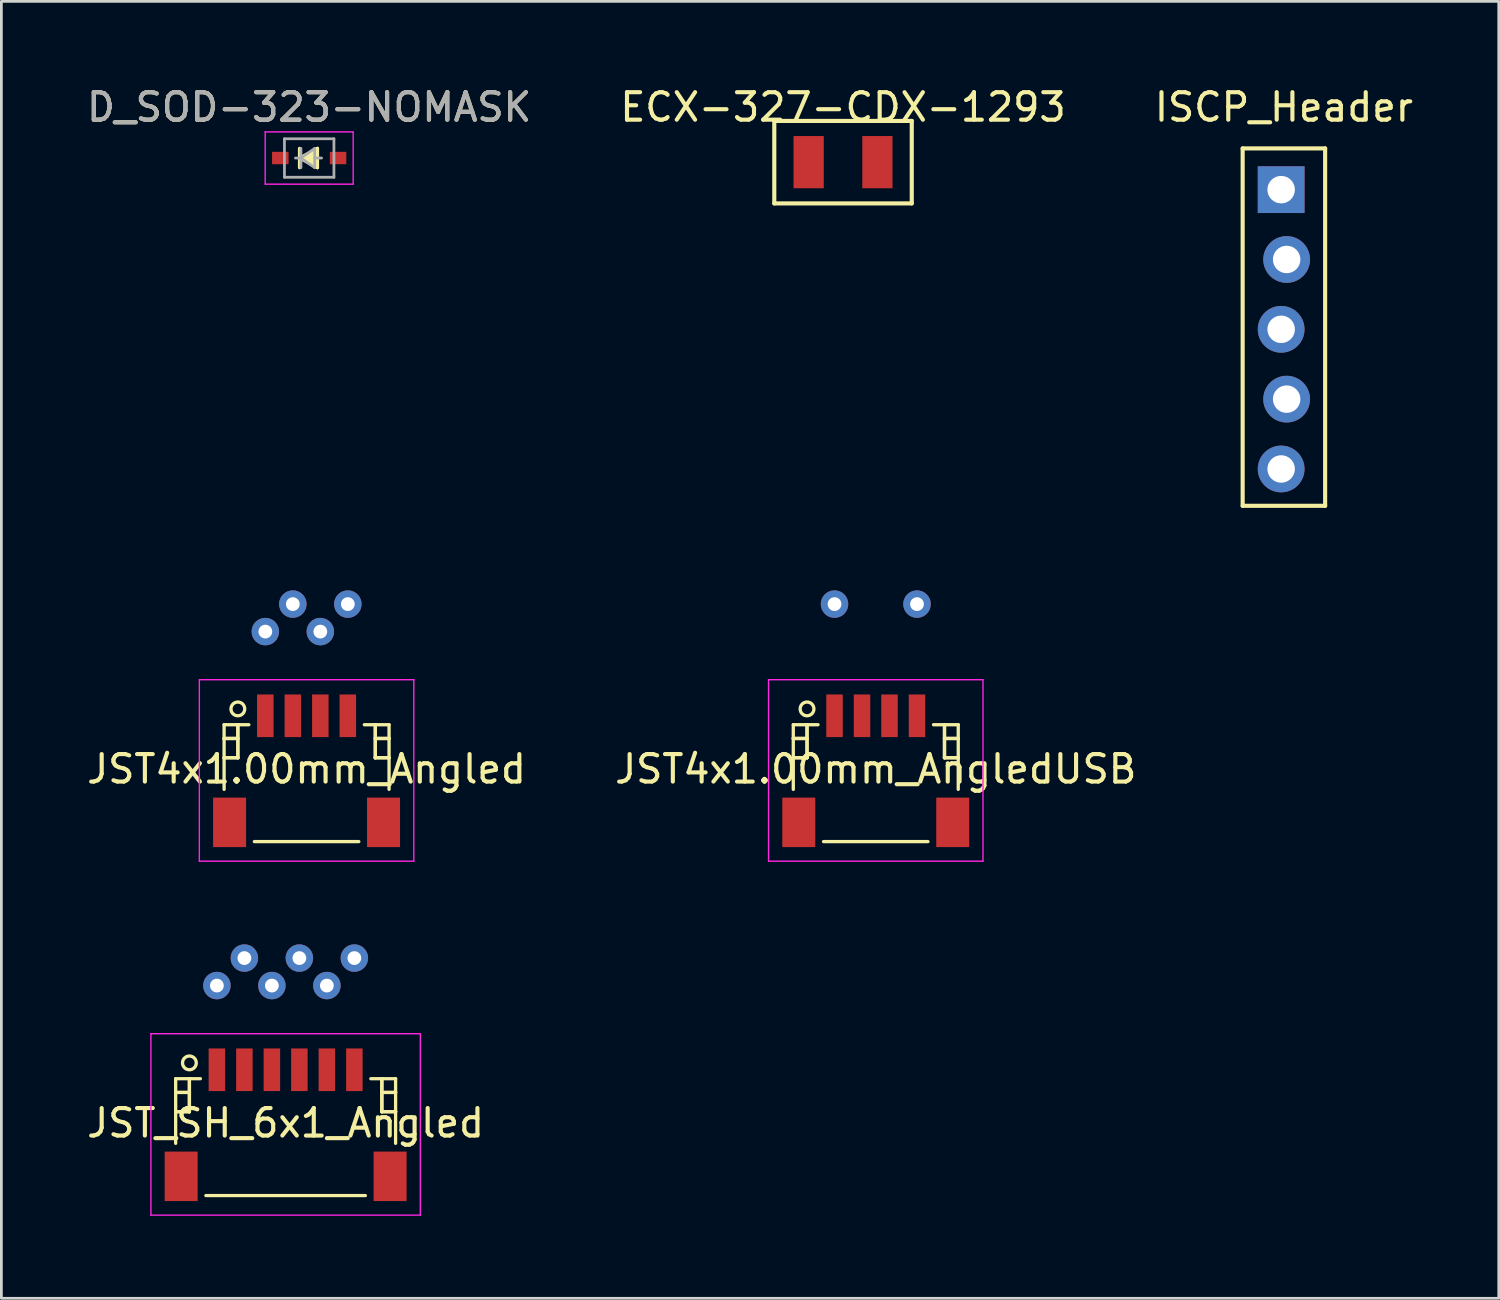
<source format=kicad_pcb>
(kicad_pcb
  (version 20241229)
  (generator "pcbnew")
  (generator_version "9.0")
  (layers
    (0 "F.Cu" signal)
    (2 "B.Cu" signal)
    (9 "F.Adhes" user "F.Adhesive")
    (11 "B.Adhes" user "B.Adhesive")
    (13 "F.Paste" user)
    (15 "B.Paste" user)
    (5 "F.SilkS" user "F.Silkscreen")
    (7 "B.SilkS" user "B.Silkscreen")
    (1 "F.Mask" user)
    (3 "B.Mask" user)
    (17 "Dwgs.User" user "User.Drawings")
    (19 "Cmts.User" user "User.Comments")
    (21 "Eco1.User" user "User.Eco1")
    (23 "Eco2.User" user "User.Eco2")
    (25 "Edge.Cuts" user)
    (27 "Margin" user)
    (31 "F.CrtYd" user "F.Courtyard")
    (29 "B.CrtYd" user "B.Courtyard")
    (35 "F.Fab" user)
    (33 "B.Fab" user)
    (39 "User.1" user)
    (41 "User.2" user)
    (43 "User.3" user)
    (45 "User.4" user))
  (footprint "ISCP_Header"
    (layer "F.Cu")
    (at 43.649 3.848)
    (property "Reference" "ISCP_Header" (at 0 -3 0) (layer "F.SilkS") (effects (font (size 1 1) (thickness 0.15))))
    (attr through_hole)
    (fp_line (start -1.5 -1.5) (end -1.5 11.5) (stroke (width 0.15) (type solid)) (layer "F.SilkS"))
    (fp_line (start -1.5 11.5) (end 1.5 11.5) (stroke (width 0.15) (type solid)) (layer "F.SilkS"))
    (fp_line (start 1.5 -1.5) (end -1.5 -1.5) (stroke (width 0.15) (type solid)) (layer "F.SilkS"))
    (fp_line (start 1.5 11.5) (end 1.5 -1.5) (stroke (width 0.15) (type solid)) (layer "F.SilkS"))
    (pad "1" thru_hole rect (at -0.1 0) (size 1.7 1.7) (drill 1) (layers "*.Cu" "*.Mask"))
    (pad "2" thru_hole circle (at 0.1 2.54) (size 1.7 1.7) (drill 1) (layers "*.Cu" "*.Mask"))
    (pad "3" thru_hole circle (at -0.1 5.08) (size 1.7 1.7) (drill 1) (layers "*.Cu" "*.Mask"))
    (pad "4" thru_hole circle (at 0.1 7.62) (size 1.7 1.7) (drill 1) (layers "*.Cu" "*.Mask"))
    (pad "5" thru_hole circle (at -0.1 10.16) (size 1.7 1.7) (drill 1) (layers "*.Cu" "*.Mask")))
  (footprint "JST4x1.00mm_Angled"
    (layer "F.Cu")
    (at 8.101 24.923)
    (property "Reference" "JST4x1.00mm_Angled" (at 0 0 0) (layer "F.SilkS") (effects (font (size 1 1) (thickness 0.15))))
    (attr smd)
    (fp_line (start -3 -1.613) (end -2.1 -1.613) (stroke (width 0.12) (type solid)) (layer "F.SilkS"))
    (fp_line (start -3 -1.113) (end -3 -1.113) (stroke (width 0.12) (type solid)) (layer "F.SilkS"))
    (fp_line (start -3 -1.113) (end -2.5 -1.113) (stroke (width 0.12) (type solid)) (layer "F.SilkS"))
    (fp_line (start -3 -0.412) (end -3 -0.412) (stroke (width 0.12) (type solid)) (layer "F.SilkS"))
    (fp_line (start -3 -0.412) (end -2.5 -0.412) (stroke (width 0.12) (type solid)) (layer "F.SilkS"))
    (fp_line (start -3 0.738) (end -3 -1.613) (stroke (width 0.12) (type solid)) (layer "F.SilkS"))
    (fp_line (start -2.5 -1.613) (end -2.5 -1.613) (stroke (width 0.12) (type solid)) (layer "F.SilkS"))
    (fp_line (start -2.5 -1.613) (end -2.5 -0.412) (stroke (width 0.12) (type solid)) (layer "F.SilkS"))
    (fp_line (start -2.5 -1.113) (end -3 -1.113) (stroke (width 0.12) (type solid)) (layer "F.SilkS"))
    (fp_line (start -2.5 -1.113) (end -2.5 -1.113) (stroke (width 0.12) (type solid)) (layer "F.SilkS"))
    (fp_line (start -2.5 -0.412) (end -3 -0.412) (stroke (width 0.12) (type solid)) (layer "F.SilkS"))
    (fp_line (start -2.5 -0.412) (end -2.5 -1.613) (stroke (width 0.12) (type solid)) (layer "F.SilkS"))
    (fp_line (start -2.5 -0.412) (end -2.5 -0.412) (stroke (width 0.12) (type solid)) (layer "F.SilkS"))
    (fp_line (start -2.5 -0.412) (end -2.5 -0.412) (stroke (width 0.12) (type solid)) (layer "F.SilkS"))
    (fp_line (start -1.9 2.638) (end 1.9 2.638) (stroke (width 0.12) (type solid)) (layer "F.SilkS"))
    (fp_line (start 2.5 -1.613) (end 2.5 -1.613) (stroke (width 0.12) (type solid)) (layer "F.SilkS"))
    (fp_line (start 2.5 -1.613) (end 2.5 -0.412) (stroke (width 0.12) (type solid)) (layer "F.SilkS"))
    (fp_line (start 2.5 -1.113) (end 2.5 -1.113) (stroke (width 0.12) (type solid)) (layer "F.SilkS"))
    (fp_line (start 2.5 -1.113) (end 3 -1.113) (stroke (width 0.12) (type solid)) (layer "F.SilkS"))
    (fp_line (start 2.5 -0.412) (end 2.5 -1.613) (stroke (width 0.12) (type solid)) (layer "F.SilkS"))
    (fp_line (start 2.5 -0.412) (end 2.5 -0.412) (stroke (width 0.12) (type solid)) (layer "F.SilkS"))
    (fp_line (start 2.5 -0.412) (end 2.5 -0.412) (stroke (width 0.12) (type solid)) (layer "F.SilkS"))
    (fp_line (start 2.5 -0.412) (end 3 -0.412) (stroke (width 0.12) (type solid)) (layer "F.SilkS"))
    (fp_line (start 3 -1.613) (end 2.1 -1.613) (stroke (width 0.12) (type solid)) (layer "F.SilkS"))
    (fp_line (start 3 -1.113) (end 2.5 -1.113) (stroke (width 0.12) (type solid)) (layer "F.SilkS"))
    (fp_line (start 3 -1.113) (end 3 -1.113) (stroke (width 0.12) (type solid)) (layer "F.SilkS"))
    (fp_line (start 3 -0.412) (end 2.5 -0.412) (stroke (width 0.12) (type solid)) (layer "F.SilkS"))
    (fp_line (start 3 -0.412) (end 3 -0.412) (stroke (width 0.12) (type solid)) (layer "F.SilkS"))
    (fp_line (start 3 0.738) (end 3 -1.613) (stroke (width 0.12) (type solid)) (layer "F.SilkS"))
    (fp_circle (center -2.5 -2.188) (end -2.25 -2.188) (stroke (width 0.12) (type solid)) (fill no) (layer "F.SilkS"))
    (fp_line (start -3.9 -3.25) (end 3.9 -3.25) (stroke (width 0.05) (type solid)) (layer "F.CrtYd"))
    (fp_line (start -3.9 3.35) (end -3.9 -3.25) (stroke (width 0.05) (type solid)) (layer "F.CrtYd"))
    (fp_line (start 3.9 -3.25) (end 3.9 3.35) (stroke (width 0.05) (type solid)) (layer "F.CrtYd"))
    (fp_line (start 3.9 3.35) (end -3.9 3.35) (stroke (width 0.05) (type solid)) (layer "F.CrtYd"))
    (pad "" smd rect (at -2.8 1.938) (size 1.2 1.8) (layers "F.Cu" "F.Mask" "F.Paste"))
    (pad "" smd rect (at 2.8 1.938) (size 1.2 1.8) (layers "F.Cu" "F.Mask" "F.Paste"))
    (pad "1" thru_hole circle (at -1.5 -5) (size 1 1) (drill 0.5) (layers "*.Cu" "*.Mask"))
    (pad "1" smd rect (at -1.5 -1.938) (size 0.6 1.55) (layers "F.Cu" "F.Mask" "F.Paste"))
    (pad "2" thru_hole circle (at -0.5 -6) (size 1 1) (drill 0.5) (layers "*.Cu" "*.Mask"))
    (pad "2" smd rect (at -0.5 -1.938) (size 0.6 1.55) (layers "F.Cu" "F.Mask" "F.Paste"))
    (pad "3" thru_hole circle (at 0.5 -5) (size 1 1) (drill 0.5) (layers "*.Cu" "*.Mask"))
    (pad "3" smd rect (at 0.5 -1.938) (size 0.6 1.55) (layers "F.Cu" "F.Mask" "F.Paste"))
    (pad "4" thru_hole circle (at 1.5 -6) (size 1 1) (drill 0.5) (layers "*.Cu" "*.Mask"))
    (pad "4" smd rect (at 1.5 -1.938) (size 0.6 1.55) (layers "F.Cu" "F.Mask" "F.Paste")))
  (footprint "ECX-327-CDX-1293"
    (layer "F.Cu")
    (at 27.613 2.848)
    (property "Reference" "ECX-327-CDX-1293" (at 0 -2 0) (layer "F.SilkS") (effects (font (size 1 1) (thickness 0.15))))
    (attr through_hole)
    (fp_line (start -2.5 -1.5) (end 2.5 -1.5) (stroke (width 0.15) (type solid)) (layer "F.SilkS"))
    (fp_line (start -2.5 1.5) (end -2.5 -1.5) (stroke (width 0.15) (type solid)) (layer "F.SilkS"))
    (fp_line (start 2.5 -1.5) (end 2.5 1.5) (stroke (width 0.15) (type solid)) (layer "F.SilkS"))
    (fp_line (start 2.5 1.5) (end -2.5 1.5) (stroke (width 0.15) (type solid)) (layer "F.SilkS"))
    (pad "1" smd rect (at -1.25 0) (size 1.1 1.9) (layers "F.Cu" "F.Mask" "F.Paste"))
    (pad "2" smd rect (at 1.25 0) (size 1.1 1.9) (layers "F.Cu" "F.Mask" "F.Paste")))
  (footprint "JST_SH_6x1_Angled"
    (layer "F.Cu")
    (at 7.339 37.798)
    (property "Reference" "JST_SH_6x1_Angled" (at 0 0 0) (layer "F.SilkS") (effects (font (size 1 1) (thickness 0.15))))
    (attr smd)
    (fp_line (start -4 -1.613) (end -3.1 -1.613) (stroke (width 0.12) (type solid)) (layer "F.SilkS"))
    (fp_line (start -4 -1.113) (end -4 -1.113) (stroke (width 0.12) (type solid)) (layer "F.SilkS"))
    (fp_line (start -4 -1.113) (end -3.5 -1.113) (stroke (width 0.12) (type solid)) (layer "F.SilkS"))
    (fp_line (start -4 -0.412) (end -4 -0.412) (stroke (width 0.12) (type solid)) (layer "F.SilkS"))
    (fp_line (start -4 -0.412) (end -3.5 -0.412) (stroke (width 0.12) (type solid)) (layer "F.SilkS"))
    (fp_line (start -4 0.738) (end -4 -1.613) (stroke (width 0.12) (type solid)) (layer "F.SilkS"))
    (fp_line (start -3.5 -1.613) (end -3.5 -1.613) (stroke (width 0.12) (type solid)) (layer "F.SilkS"))
    (fp_line (start -3.5 -1.613) (end -3.5 -0.412) (stroke (width 0.12) (type solid)) (layer "F.SilkS"))
    (fp_line (start -3.5 -1.113) (end -4 -1.113) (stroke (width 0.12) (type solid)) (layer "F.SilkS"))
    (fp_line (start -3.5 -1.113) (end -3.5 -1.113) (stroke (width 0.12) (type solid)) (layer "F.SilkS"))
    (fp_line (start -3.5 -0.412) (end -4 -0.412) (stroke (width 0.12) (type solid)) (layer "F.SilkS"))
    (fp_line (start -3.5 -0.412) (end -3.5 -1.613) (stroke (width 0.12) (type solid)) (layer "F.SilkS"))
    (fp_line (start -3.5 -0.412) (end -3.5 -0.412) (stroke (width 0.12) (type solid)) (layer "F.SilkS"))
    (fp_line (start -3.5 -0.412) (end -3.5 -0.412) (stroke (width 0.12) (type solid)) (layer "F.SilkS"))
    (fp_line (start -2.9 2.638) (end 2.9 2.638) (stroke (width 0.12) (type solid)) (layer "F.SilkS"))
    (fp_line (start 3.5 -1.613) (end 3.5 -1.613) (stroke (width 0.12) (type solid)) (layer "F.SilkS"))
    (fp_line (start 3.5 -1.613) (end 3.5 -0.412) (stroke (width 0.12) (type solid)) (layer "F.SilkS"))
    (fp_line (start 3.5 -1.113) (end 3.5 -1.113) (stroke (width 0.12) (type solid)) (layer "F.SilkS"))
    (fp_line (start 3.5 -1.113) (end 4 -1.113) (stroke (width 0.12) (type solid)) (layer "F.SilkS"))
    (fp_line (start 3.5 -0.412) (end 3.5 -1.613) (stroke (width 0.12) (type solid)) (layer "F.SilkS"))
    (fp_line (start 3.5 -0.412) (end 3.5 -0.412) (stroke (width 0.12) (type solid)) (layer "F.SilkS"))
    (fp_line (start 3.5 -0.412) (end 3.5 -0.412) (stroke (width 0.12) (type solid)) (layer "F.SilkS"))
    (fp_line (start 3.5 -0.412) (end 4 -0.412) (stroke (width 0.12) (type solid)) (layer "F.SilkS"))
    (fp_line (start 4 -1.613) (end 3.1 -1.613) (stroke (width 0.12) (type solid)) (layer "F.SilkS"))
    (fp_line (start 4 -1.113) (end 3.5 -1.113) (stroke (width 0.12) (type solid)) (layer "F.SilkS"))
    (fp_line (start 4 -1.113) (end 4 -1.113) (stroke (width 0.12) (type solid)) (layer "F.SilkS"))
    (fp_line (start 4 -0.412) (end 3.5 -0.412) (stroke (width 0.12) (type solid)) (layer "F.SilkS"))
    (fp_line (start 4 -0.412) (end 4 -0.412) (stroke (width 0.12) (type solid)) (layer "F.SilkS"))
    (fp_line (start 4 0.738) (end 4 -1.613) (stroke (width 0.12) (type solid)) (layer "F.SilkS"))
    (fp_circle (center -3.5 -2.188) (end -3.25 -2.188) (stroke (width 0.12) (type solid)) (fill no) (layer "F.SilkS"))
    (fp_line (start -4.9 -3.25) (end 4.9 -3.25) (stroke (width 0.05) (type solid)) (layer "F.CrtYd"))
    (fp_line (start -4.9 3.35) (end -4.9 -3.25) (stroke (width 0.05) (type solid)) (layer "F.CrtYd"))
    (fp_line (start 4.9 -3.25) (end 4.9 3.35) (stroke (width 0.05) (type solid)) (layer "F.CrtYd"))
    (fp_line (start 4.9 3.35) (end -4.9 3.35) (stroke (width 0.05) (type solid)) (layer "F.CrtYd"))
    (pad "" smd rect (at -3.8 1.938) (size 1.2 1.8) (layers "F.Cu" "F.Mask" "F.Paste"))
    (pad "" smd rect (at 3.8 1.938) (size 1.2 1.8) (layers "F.Cu" "F.Mask" "F.Paste"))
    (pad "1" thru_hole circle (at -2.5 -5) (size 1 1) (drill 0.5) (layers "*.Cu" "*.Mask"))
    (pad "1" smd rect (at -2.5 -1.938) (size 0.6 1.55) (layers "F.Cu" "F.Mask" "F.Paste"))
    (pad "2" thru_hole circle (at -1.5 -6) (size 1 1) (drill 0.5) (layers "*.Cu" "*.Mask"))
    (pad "2" smd rect (at -1.5 -1.938) (size 0.6 1.55) (layers "F.Cu" "F.Mask" "F.Paste"))
    (pad "3" thru_hole circle (at -0.5 -5) (size 1 1) (drill 0.5) (layers "*.Cu" "*.Mask"))
    (pad "3" smd rect (at -0.5 -1.938) (size 0.6 1.55) (layers "F.Cu" "F.Mask" "F.Paste"))
    (pad "4" thru_hole circle (at 0.5 -6) (size 1 1) (drill 0.5) (layers "*.Cu" "*.Mask"))
    (pad "4" smd rect (at 0.5 -1.938) (size 0.6 1.55) (layers "F.Cu" "F.Mask" "F.Paste"))
    (pad "5" thru_hole circle (at 1.5 -5) (size 1 1) (drill 0.5) (layers "*.Cu" "*.Mask"))
    (pad "5" smd rect (at 1.5 -1.938) (size 0.6 1.55) (layers "F.Cu" "F.Mask" "F.Paste"))
    (pad "6" thru_hole circle (at 2.5 -6) (size 1 1) (drill 0.5) (layers "*.Cu" "*.Mask"))
    (pad "6" smd rect (at 2.5 -1.938) (size 0.6 1.55) (layers "F.Cu" "F.Mask" "F.Paste")))
  (footprint "D_SOD-323-NOMASK"
    (layer "F.Cu")
    (at 8.196 2.698)
    (property "Reference" "D_SOD-323-NOMASK" (at 0 -1.85 0) (layer "F.SilkS") (effects (font (size 1 1) (thickness 0.15))))
    (attr smd)
    (fp_line (start -0.35 -0.35) (end -0.35 0.35) (stroke (width 0.12) (type solid)) (layer "F.SilkS"))
    (fp_line (start -0.35 0) (end 0.3 -0.35) (stroke (width 0.12) (type solid)) (layer "F.SilkS"))
    (fp_line (start -0.2 0) (end 0.25 -0.25) (stroke (width 0.12) (type solid)) (layer "F.SilkS"))
    (fp_line (start -0.1 0.05) (end 0.2 -0.15) (stroke (width 0.12) (type solid)) (layer "F.SilkS"))
    (fp_line (start 0.05 0.05) (end 0.1 0) (stroke (width 0.12) (type solid)) (layer "F.SilkS"))
    (fp_line (start 0.2 -0.15) (end 0.2 0.1) (stroke (width 0.12) (type solid)) (layer "F.SilkS"))
    (fp_line (start 0.2 0.1) (end 0.05 0.05) (stroke (width 0.12) (type solid)) (layer "F.SilkS"))
    (fp_line (start 0.25 -0.25) (end 0.25 0.25) (stroke (width 0.12) (type solid)) (layer "F.SilkS"))
    (fp_line (start 0.25 0.25) (end -0.1 0.05) (stroke (width 0.12) (type solid)) (layer "F.SilkS"))
    (fp_line (start 0.3 -0.35) (end 0.3 0.35) (stroke (width 0.12) (type solid)) (layer "F.SilkS"))
    (fp_line (start 0.3 0.35) (end -0.35 0) (stroke (width 0.12) (type solid)) (layer "F.SilkS"))
    (fp_line (start -1.6 -0.95) (end -1.6 0.95) (stroke (width 0.05) (type solid)) (layer "F.CrtYd"))
    (fp_line (start -1.6 -0.95) (end 1.6 -0.95) (stroke (width 0.05) (type solid)) (layer "F.CrtYd"))
    (fp_line (start -1.6 0.95) (end 1.6 0.95) (stroke (width 0.05) (type solid)) (layer "F.CrtYd"))
    (fp_line (start 1.6 -0.95) (end 1.6 0.95) (stroke (width 0.05) (type solid)) (layer "F.CrtYd"))
    (fp_line (start -0.9 -0.7) (end 0.9 -0.7) (stroke (width 0.1) (type solid)) (layer "F.Fab"))
    (fp_line (start -0.9 0.7) (end -0.9 -0.7) (stroke (width 0.1) (type solid)) (layer "F.Fab"))
    (fp_line (start -0.3 -0.35) (end -0.3 0.35) (stroke (width 0.1) (type solid)) (layer "F.Fab"))
    (fp_line (start -0.3 0) (end -0.5 0) (stroke (width 0.1) (type solid)) (layer "F.Fab"))
    (fp_line (start -0.3 0) (end 0.2 -0.35) (stroke (width 0.1) (type solid)) (layer "F.Fab"))
    (fp_line (start 0.2 -0.35) (end 0.2 0.35) (stroke (width 0.1) (type solid)) (layer "F.Fab"))
    (fp_line (start 0.2 0) (end 0.45 0) (stroke (width 0.1) (type solid)) (layer "F.Fab"))
    (fp_line (start 0.2 0.35) (end -0.3 0) (stroke (width 0.1) (type solid)) (layer "F.Fab"))
    (fp_line (start 0.9 -0.7) (end 0.9 0.7) (stroke (width 0.1) (type solid)) (layer "F.Fab"))
    (fp_line (start 0.9 0.7) (end -0.9 0.7) (stroke (width 0.1) (type solid)) (layer "F.Fab"))
    (fp_text user "${REFERENCE}" (at 0 -1.85 0) (layer "F.Fab") (effects (font (size 1 1) (thickness 0.15))))
    (pad "1" smd rect (at -1.05 0) (size 0.6 0.45) (layers "F.Cu" "F.Mask" "F.Paste"))
    (pad "2" smd rect (at 1.05 0) (size 0.6 0.45) (layers "F.Cu" "F.Mask" "F.Paste")))
  (footprint "JST4x1.00mm_AngledUSB"
    (layer "F.Cu")
    (at 28.804 24.923)
    (property "Reference" "JST4x1.00mm_AngledUSB" (at 0 0 0) (layer "F.SilkS") (effects (font (size 1 1) (thickness 0.15))))
    (attr smd)
    (fp_line (start -3 -1.613) (end -2.1 -1.613) (stroke (width 0.12) (type solid)) (layer "F.SilkS"))
    (fp_line (start -3 -1.113) (end -3 -1.113) (stroke (width 0.12) (type solid)) (layer "F.SilkS"))
    (fp_line (start -3 -1.113) (end -2.5 -1.113) (stroke (width 0.12) (type solid)) (layer "F.SilkS"))
    (fp_line (start -3 -0.412) (end -3 -0.412) (stroke (width 0.12) (type solid)) (layer "F.SilkS"))
    (fp_line (start -3 -0.412) (end -2.5 -0.412) (stroke (width 0.12) (type solid)) (layer "F.SilkS"))
    (fp_line (start -3 0.738) (end -3 -1.613) (stroke (width 0.12) (type solid)) (layer "F.SilkS"))
    (fp_line (start -2.5 -1.613) (end -2.5 -1.613) (stroke (width 0.12) (type solid)) (layer "F.SilkS"))
    (fp_line (start -2.5 -1.613) (end -2.5 -0.412) (stroke (width 0.12) (type solid)) (layer "F.SilkS"))
    (fp_line (start -2.5 -1.113) (end -3 -1.113) (stroke (width 0.12) (type solid)) (layer "F.SilkS"))
    (fp_line (start -2.5 -1.113) (end -2.5 -1.113) (stroke (width 0.12) (type solid)) (layer "F.SilkS"))
    (fp_line (start -2.5 -0.412) (end -3 -0.412) (stroke (width 0.12) (type solid)) (layer "F.SilkS"))
    (fp_line (start -2.5 -0.412) (end -2.5 -1.613) (stroke (width 0.12) (type solid)) (layer "F.SilkS"))
    (fp_line (start -2.5 -0.412) (end -2.5 -0.412) (stroke (width 0.12) (type solid)) (layer "F.SilkS"))
    (fp_line (start -2.5 -0.412) (end -2.5 -0.412) (stroke (width 0.12) (type solid)) (layer "F.SilkS"))
    (fp_line (start -1.9 2.638) (end 1.9 2.638) (stroke (width 0.12) (type solid)) (layer "F.SilkS"))
    (fp_line (start 2.5 -1.613) (end 2.5 -1.613) (stroke (width 0.12) (type solid)) (layer "F.SilkS"))
    (fp_line (start 2.5 -1.613) (end 2.5 -0.412) (stroke (width 0.12) (type solid)) (layer "F.SilkS"))
    (fp_line (start 2.5 -1.113) (end 2.5 -1.113) (stroke (width 0.12) (type solid)) (layer "F.SilkS"))
    (fp_line (start 2.5 -1.113) (end 3 -1.113) (stroke (width 0.12) (type solid)) (layer "F.SilkS"))
    (fp_line (start 2.5 -0.412) (end 2.5 -1.613) (stroke (width 0.12) (type solid)) (layer "F.SilkS"))
    (fp_line (start 2.5 -0.412) (end 2.5 -0.412) (stroke (width 0.12) (type solid)) (layer "F.SilkS"))
    (fp_line (start 2.5 -0.412) (end 2.5 -0.412) (stroke (width 0.12) (type solid)) (layer "F.SilkS"))
    (fp_line (start 2.5 -0.412) (end 3 -0.412) (stroke (width 0.12) (type solid)) (layer "F.SilkS"))
    (fp_line (start 3 -1.613) (end 2.1 -1.613) (stroke (width 0.12) (type solid)) (layer "F.SilkS"))
    (fp_line (start 3 -1.113) (end 2.5 -1.113) (stroke (width 0.12) (type solid)) (layer "F.SilkS"))
    (fp_line (start 3 -1.113) (end 3 -1.113) (stroke (width 0.12) (type solid)) (layer "F.SilkS"))
    (fp_line (start 3 -0.412) (end 2.5 -0.412) (stroke (width 0.12) (type solid)) (layer "F.SilkS"))
    (fp_line (start 3 -0.412) (end 3 -0.412) (stroke (width 0.12) (type solid)) (layer "F.SilkS"))
    (fp_line (start 3 0.738) (end 3 -1.613) (stroke (width 0.12) (type solid)) (layer "F.SilkS"))
    (fp_circle (center -2.5 -2.188) (end -2.25 -2.188) (stroke (width 0.12) (type solid)) (fill no) (layer "F.SilkS"))
    (fp_line (start -3.9 -3.25) (end 3.9 -3.25) (stroke (width 0.05) (type solid)) (layer "F.CrtYd"))
    (fp_line (start -3.9 3.35) (end -3.9 -3.25) (stroke (width 0.05) (type solid)) (layer "F.CrtYd"))
    (fp_line (start 3.9 -3.25) (end 3.9 3.35) (stroke (width 0.05) (type solid)) (layer "F.CrtYd"))
    (fp_line (start 3.9 3.35) (end -3.9 3.35) (stroke (width 0.05) (type solid)) (layer "F.CrtYd"))
    (pad "" smd rect (at -2.8 1.938) (size 1.2 1.8) (layers "F.Cu" "F.Mask" "F.Paste"))
    (pad "" smd rect (at 2.8 1.938) (size 1.2 1.8) (layers "F.Cu" "F.Mask" "F.Paste"))
    (pad "1" thru_hole circle (at -1.5 -6) (size 1 1) (drill 0.5) (layers "*.Cu" "*.Mask"))
    (pad "1" smd rect (at -1.5 -1.938) (size 0.6 1.55) (layers "F.Cu" "F.Mask" "F.Paste"))
    (pad "2" smd rect (at -0.5 -1.938) (size 0.6 1.55) (layers "F.Cu" "F.Mask" "F.Paste"))
    (pad "3" smd rect (at 0.5 -1.938) (size 0.6 1.55) (layers "F.Cu" "F.Mask" "F.Paste"))
    (pad "4" thru_hole circle (at 1.5 -6) (size 1 1) (drill 0.5) (layers "*.Cu" "*.Mask"))
    (pad "4" smd rect (at 1.5 -1.938) (size 0.6 1.55) (layers "F.Cu" "F.Mask" "F.Paste")))
  (gr_rect
    (start -3 -3)
    (end 51.464 44.173)
    (stroke (width 0.1) (type default))
    (fill no)
    (layer "Edge.Cuts")))
</source>
